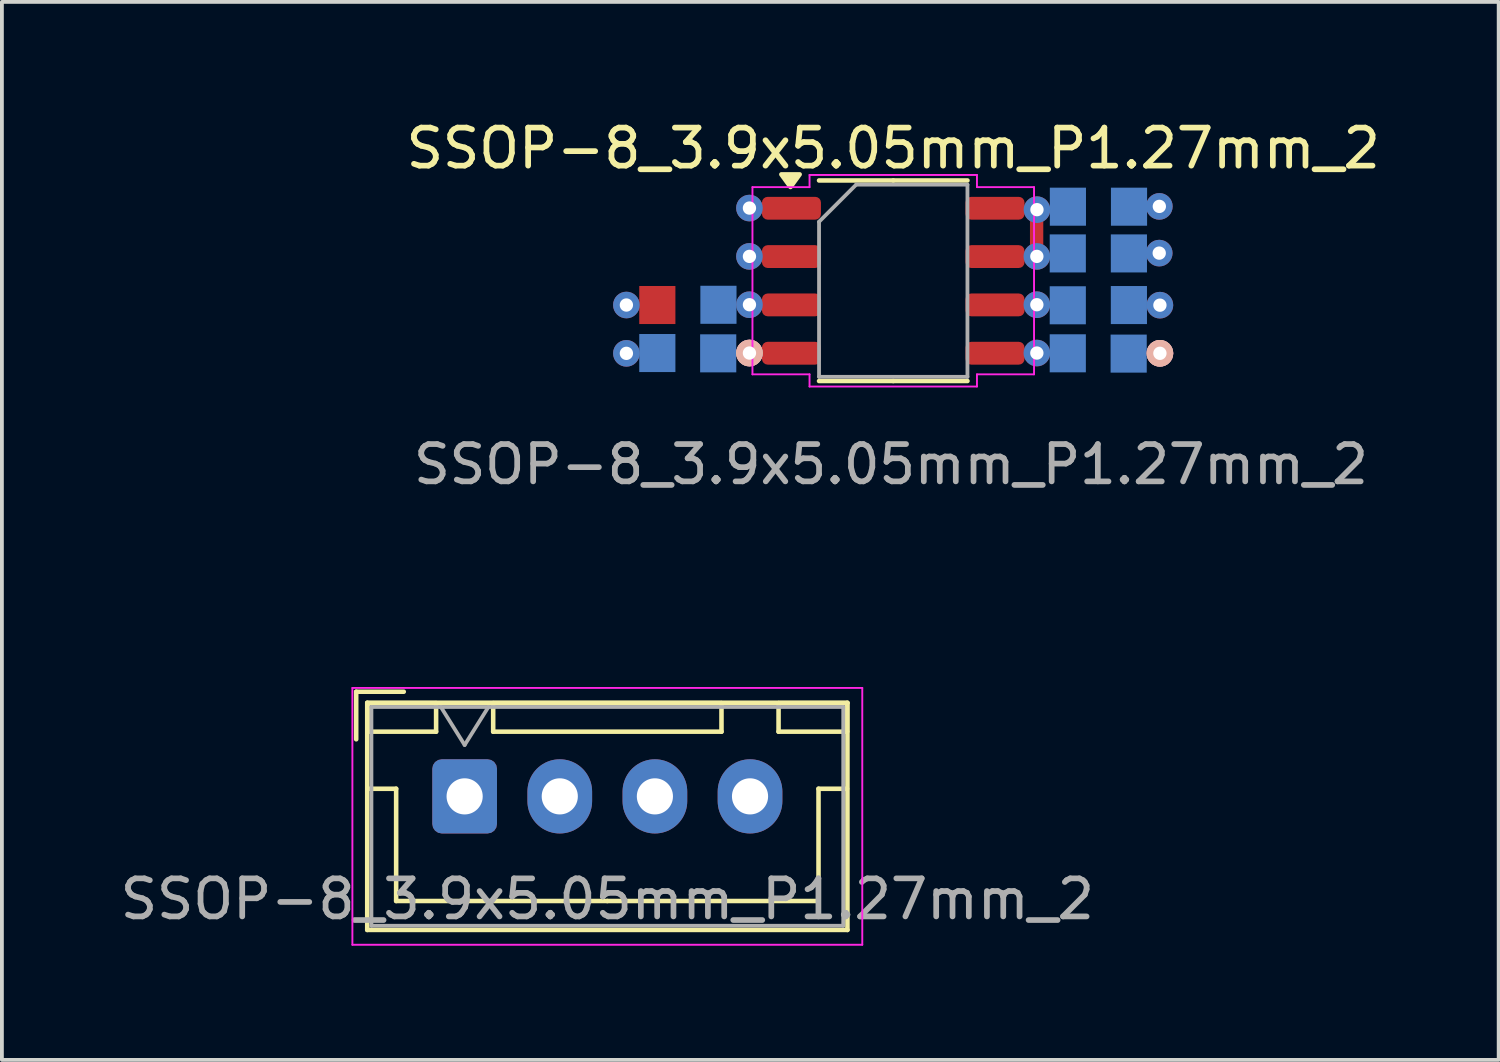
<source format=kicad_pcb>
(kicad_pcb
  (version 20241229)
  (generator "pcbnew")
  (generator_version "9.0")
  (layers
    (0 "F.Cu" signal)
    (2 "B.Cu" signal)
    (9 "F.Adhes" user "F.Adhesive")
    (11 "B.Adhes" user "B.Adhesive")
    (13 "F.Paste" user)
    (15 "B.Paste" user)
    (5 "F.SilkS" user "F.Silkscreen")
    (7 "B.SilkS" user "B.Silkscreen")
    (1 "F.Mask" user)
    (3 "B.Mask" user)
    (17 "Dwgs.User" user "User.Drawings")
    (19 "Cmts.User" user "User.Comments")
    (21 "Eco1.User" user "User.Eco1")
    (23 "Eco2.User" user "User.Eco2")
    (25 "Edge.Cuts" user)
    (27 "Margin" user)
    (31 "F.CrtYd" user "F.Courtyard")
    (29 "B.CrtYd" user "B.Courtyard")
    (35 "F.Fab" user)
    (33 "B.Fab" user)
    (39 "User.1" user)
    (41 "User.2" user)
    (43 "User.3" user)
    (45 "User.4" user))
  (footprint "SSOP-8_3.9x5.05mm_P1.27mm_2"
    (layer "F.Cu")
    (at 20.425 4.328)
    (property "Reference" "SSOP-8_3.9x5.05mm_P1.27mm_2" (at 0 -3.48 0) (layer "F.SilkS") (effects (font (size 1 1) (thickness 0.15))))
    (attr smd through_hole)
    (fp_line (start -14.114 10.801) (end -14.114 12.051) (stroke (width 0.12) (type solid)) (layer "F.SilkS"))
    (fp_line (start -13.824 11.091) (end -13.824 17.061) (stroke (width 0.12) (type solid)) (layer "F.SilkS"))
    (fp_line (start -13.824 17.061) (end -1.204 17.061) (stroke (width 0.12) (type solid)) (layer "F.SilkS"))
    (fp_line (start -13.814 11.101) (end -13.814 11.851) (stroke (width 0.12) (type solid)) (layer "F.SilkS"))
    (fp_line (start -13.814 11.851) (end -12.014 11.851) (stroke (width 0.12) (type solid)) (layer "F.SilkS"))
    (fp_line (start -13.814 13.351) (end -13.064 13.351) (stroke (width 0.12) (type solid)) (layer "F.SilkS"))
    (fp_line (start -13.064 13.351) (end -13.064 16.301) (stroke (width 0.12) (type solid)) (layer "F.SilkS"))
    (fp_line (start -13.064 16.301) (end -7.514 16.301) (stroke (width 0.12) (type solid)) (layer "F.SilkS"))
    (fp_line (start -12.864 10.801) (end -14.114 10.801) (stroke (width 0.12) (type solid)) (layer "F.SilkS"))
    (fp_line (start -12.014 11.101) (end -13.814 11.101) (stroke (width 0.12) (type solid)) (layer "F.SilkS"))
    (fp_line (start -12.014 11.851) (end -12.014 11.101) (stroke (width 0.12) (type solid)) (layer "F.SilkS"))
    (fp_line (start -10.514 11.101) (end -10.514 11.851) (stroke (width 0.12) (type solid)) (layer "F.SilkS"))
    (fp_line (start -10.514 11.851) (end -4.514 11.851) (stroke (width 0.12) (type solid)) (layer "F.SilkS"))
    (fp_line (start -4.514 11.101) (end -10.514 11.101) (stroke (width 0.12) (type solid)) (layer "F.SilkS"))
    (fp_line (start -4.514 11.851) (end -4.514 11.101) (stroke (width 0.12) (type solid)) (layer "F.SilkS"))
    (fp_line (start -3.014 11.101) (end -3.014 11.851) (stroke (width 0.12) (type solid)) (layer "F.SilkS"))
    (fp_line (start -3.014 11.851) (end -1.214 11.851) (stroke (width 0.12) (type solid)) (layer "F.SilkS"))
    (fp_line (start -1.964 13.351) (end -1.964 16.301) (stroke (width 0.12) (type solid)) (layer "F.SilkS"))
    (fp_line (start -1.964 16.301) (end -7.514 16.301) (stroke (width 0.12) (type solid)) (layer "F.SilkS"))
    (fp_line (start -1.214 11.101) (end -3.014 11.101) (stroke (width 0.12) (type solid)) (layer "F.SilkS"))
    (fp_line (start -1.214 11.851) (end -1.214 11.101) (stroke (width 0.12) (type solid)) (layer "F.SilkS"))
    (fp_line (start -1.214 13.351) (end -1.964 13.351) (stroke (width 0.12) (type solid)) (layer "F.SilkS"))
    (fp_line (start -1.204 11.091) (end -13.824 11.091) (stroke (width 0.12) (type solid)) (layer "F.SilkS"))
    (fp_line (start -1.204 17.061) (end -1.204 11.091) (stroke (width 0.12) (type solid)) (layer "F.SilkS"))
    (fp_line (start 0 -2.635) (end -1.95 -2.635) (stroke (width 0.12) (type solid)) (layer "F.SilkS"))
    (fp_line (start 0 -2.635) (end 1.95 -2.635) (stroke (width 0.12) (type solid)) (layer "F.SilkS"))
    (fp_line (start 0 2.635) (end -1.95 2.635) (stroke (width 0.12) (type solid)) (layer "F.SilkS"))
    (fp_line (start 0 2.635) (end 1.95 2.635) (stroke (width 0.12) (type solid)) (layer "F.SilkS"))
    (fp_poly (pts (xy -2.7 -2.465) (xy -2.94 -2.795) (xy -2.46 -2.795)) (stroke (width 0.12) (type solid)) (fill yes) (layer "F.SilkS"))
    (fp_line (start -14.214 10.701) (end -14.214 17.451) (stroke (width 0.05) (type solid)) (layer "F.CrtYd"))
    (fp_line (start -14.214 17.451) (end -0.814 17.451) (stroke (width 0.05) (type solid)) (layer "F.CrtYd"))
    (fp_line (start -3.7 -2.46) (end -2.2 -2.46) (stroke (width 0.05) (type solid)) (layer "F.CrtYd"))
    (fp_line (start -3.7 2.46) (end -3.7 -2.46) (stroke (width 0.05) (type solid)) (layer "F.CrtYd"))
    (fp_line (start -2.2 -2.78) (end 2.2 -2.78) (stroke (width 0.05) (type solid)) (layer "F.CrtYd"))
    (fp_line (start -2.2 -2.46) (end -2.2 -2.78) (stroke (width 0.05) (type solid)) (layer "F.CrtYd"))
    (fp_line (start -2.2 2.46) (end -3.7 2.46) (stroke (width 0.05) (type solid)) (layer "F.CrtYd"))
    (fp_line (start -2.2 2.78) (end -2.2 2.46) (stroke (width 0.05) (type solid)) (layer "F.CrtYd"))
    (fp_line (start -0.814 10.701) (end -14.214 10.701) (stroke (width 0.05) (type solid)) (layer "F.CrtYd"))
    (fp_line (start -0.814 17.451) (end -0.814 10.701) (stroke (width 0.05) (type solid)) (layer "F.CrtYd"))
    (fp_line (start 2.2 -2.78) (end 2.2 -2.46) (stroke (width 0.05) (type solid)) (layer "F.CrtYd"))
    (fp_line (start 2.2 -2.46) (end 3.7 -2.46) (stroke (width 0.05) (type solid)) (layer "F.CrtYd"))
    (fp_line (start 2.2 2.46) (end 2.2 2.78) (stroke (width 0.05) (type solid)) (layer "F.CrtYd"))
    (fp_line (start 2.2 2.78) (end -2.2 2.78) (stroke (width 0.05) (type solid)) (layer "F.CrtYd"))
    (fp_line (start 3.7 -2.46) (end 3.7 2.46) (stroke (width 0.05) (type solid)) (layer "F.CrtYd"))
    (fp_line (start 3.7 2.46) (end 2.2 2.46) (stroke (width 0.05) (type solid)) (layer "F.CrtYd"))
    (fp_line (start -13.714 11.201) (end -13.714 16.951) (stroke (width 0.1) (type solid)) (layer "F.Fab"))
    (fp_line (start -13.714 16.951) (end -1.314 16.951) (stroke (width 0.1) (type solid)) (layer "F.Fab"))
    (fp_line (start -11.889 11.201) (end -11.264 12.201) (stroke (width 0.1) (type solid)) (layer "F.Fab"))
    (fp_line (start -11.264 12.201) (end -10.639 11.201) (stroke (width 0.1) (type solid)) (layer "F.Fab"))
    (fp_line (start -1.95 -1.55) (end -0.975 -2.525) (stroke (width 0.1) (type solid)) (layer "F.Fab"))
    (fp_line (start -1.95 2.525) (end -1.95 -1.55) (stroke (width 0.1) (type solid)) (layer "F.Fab"))
    (fp_line (start -1.314 11.201) (end -13.714 11.201) (stroke (width 0.1) (type solid)) (layer "F.Fab"))
    (fp_line (start -1.314 16.951) (end -1.314 11.201) (stroke (width 0.1) (type solid)) (layer "F.Fab"))
    (fp_line (start -0.975 -2.525) (end 1.95 -2.525) (stroke (width 0.1) (type solid)) (layer "F.Fab"))
    (fp_line (start 1.95 -2.525) (end 1.95 2.525) (stroke (width 0.1) (type solid)) (layer "F.Fab"))
    (fp_line (start 1.95 2.525) (end -1.95 2.525) (stroke (width 0.1) (type solid)) (layer "F.Fab"))
    (fp_text user "${REFERENCE}" (at -7.514 16.251 0) (layer "F.Fab") (effects (font (size 1 1) (thickness 0.15))))
    (fp_text user "${REFERENCE}" (at -0.06 4.827 0) (layer "F.Fab") (effects (font (size 0.98 0.98) (thickness 0.15))))
    (pad "1" thru_hole roundrect (at -11.264 13.551) (size 1.7 1.95) (drill 0.95) (layers "*.Cu" "*.Mask") (roundrect_rratio 0.147))
    (pad "1" thru_hole circle (at -3.779 -1.91) (size 0.7 0.7) (drill 0.35) (layers "*.Cu" "*.Mask"))
    (pad "1" smd roundrect (at -2.675 -1.905) (size 1.55 0.6) (layers "F.Cu" "F.Mask" "F.Paste") (roundrect_rratio 0.25))
    (pad "2" thru_hole oval (at -8.764 13.551) (size 1.7 1.95) (drill 0.95) (layers "*.Cu" "*.Mask"))
    (pad "2" thru_hole circle (at -3.779 -0.64) (size 0.7 0.7) (drill 0.35) (layers "*.Cu" "*.Mask"))
    (pad "2" smd roundrect (at -2.675 -0.635) (size 1.55 0.6) (layers "F.Cu" "F.Mask" "F.Paste") (roundrect_rratio 0.25))
    (pad "3" thru_hole oval (at -6.264 13.551) (size 1.7 1.95) (drill 0.95) (layers "*.Cu" "*.Mask"))
    (pad "3" smd rect (at -4.594 0.632) (size 0.95 1) (layers "B.Cu" "B.Mask"))
    (pad "3" thru_hole circle (at -3.779 0.63) (size 0.7 0.7) (drill 0.35) (layers "*.Cu" "*.Mask"))
    (pad "3" smd roundrect (at -2.675 0.635) (size 1.55 0.6) (layers "F.Cu" "F.Mask" "F.Paste") (roundrect_rratio 0.25))
    (pad "4" smd rect (at -4.6 1.908) (size 0.95 1) (layers "B.Cu" "B.Mask"))
    (pad "4" thru_hole circle (at -3.779 1.9) (size 0.7 0.7) (drill 0.35) (layers "*.Cu" "*.Adhes" "*.Paste" "*.SilkS" "*.Mask"))
    (pad "4" thru_hole oval (at -3.764 13.551) (size 1.7 1.95) (drill 0.95) (layers "*.Cu" "*.Mask"))
    (pad "4" smd roundrect (at -2.675 1.905) (size 1.55 0.6) (layers "F.Cu" "F.Mask" "F.Paste") (roundrect_rratio 0.25))
    (pad "5" smd roundrect (at 2.675 1.905) (size 1.55 0.6) (layers "F.Cu" "F.Mask" "F.Paste") (roundrect_rratio 0.25))
    (pad "5" thru_hole circle (at 3.774 1.9) (size 0.7 0.7) (drill 0.35) (layers "*.Cu" "*.Mask"))
    (pad "5" smd rect (at 4.587 1.907) (size 0.95 1) (layers "B.Cu" "B.Mask"))
    (pad "6" smd roundrect (at 2.675 0.635) (size 1.55 0.6) (layers "F.Cu" "F.Mask" "F.Paste") (roundrect_rratio 0.25))
    (pad "6" thru_hole circle (at 3.774 0.63) (size 0.7 0.7) (drill 0.35) (layers "*.Cu" "*.Mask"))
    (pad "6" smd rect (at 4.587 0.645) (size 0.95 1) (layers "B.Cu" "B.Mask"))
    (pad "7" smd roundrect (at 2.675 -0.635) (size 1.55 0.6) (layers "F.Cu" "F.Mask" "F.Paste") (roundrect_rratio 0.25))
    (pad "7" thru_hole circle (at 3.774 -0.64) (size 0.7 0.7) (drill 0.35) (layers "*.Cu" "*.Mask"))
    (pad "7" smd rect (at 4.587 -0.718) (size 0.95 1) (layers "B.Cu" "B.Mask"))
    (pad "8" smd roundrect (at 2.675 -1.905) (size 1.55 0.6) (layers "F.Cu" "F.Mask" "F.Paste") (roundrect_rratio 0.25))
    (pad "8" thru_hole circle (at 3.777 -1.868) (size 0.7 0.7) (drill 0.35) (layers "*.Cu" "*.Mask"))
    (pad "8" smd rect (at 4.59 -1.946) (size 0.95 1) (layers "B.Cu" "B.Mask"))
    (pad "9" thru_hole circle (at -7.013 0.638) (size 0.7 0.7) (drill 0.35) (layers "*.Cu" "*.Mask"))
    (pad "9" smd rect (at -6.2 0.638) (size 0.95 1) (layers "F.Cu" "F.Mask"))
    (pad "10" thru_hole circle (at -7.013 1.908) (size 0.7 0.7) (drill 0.35) (layers "*.Cu" "*.Mask"))
    (pad "10" smd rect (at -6.2 1.9) (size 0.95 1) (layers "B.Cu" "B.Mask"))
    (pad "11" smd rect (at 6.187 1.915) (size 0.95 1) (layers "B.Cu" "B.Mask"))
    (pad "11" thru_hole circle (at 7.008 1.907) (size 0.7 0.7) (drill 0.35) (layers "*.Cu" "*.Adhes" "*.Paste" "*.SilkS" "*.Mask"))
    (pad "12" smd rect (at 6.193 0.639) (size 0.95 1) (layers "B.Cu" "B.Mask"))
    (pad "12" thru_hole circle (at 7.008 0.642) (size 0.7 0.7) (drill 0.35) (layers "*.Cu" "*.Mask"))
    (pad "13" smd rect (at 6.193 -0.718) (size 0.95 1) (layers "B.Cu" "B.Mask"))
    (pad "13" thru_hole circle (at 6.99 -0.726) (size 0.7 0.7) (drill 0.35) (layers "*.Cu" "*.Mask"))
    (pad "14" smd rect (at 6.196 -1.946) (size 0.95 1) (layers "B.Cu" "B.Mask"))
    (pad "14" thru_hole circle (at 6.993 -1.954) (size 0.7 0.7) (drill 0.35) (layers "*.Cu" "*.Mask"))
    (pad "15" smd roundrect (at 3.768 -1.253) (size 0.35 0.875) (layers "F.Cu" "F.Mask" "F.Paste") (roundrect_rratio 0.25)))
  (gr_rect
    (start -3 -3)
    (end 36.336 24.805)
    (stroke (width 0.1) (type default))
    (fill no)
    (layer "Edge.Cuts")))
</source>
